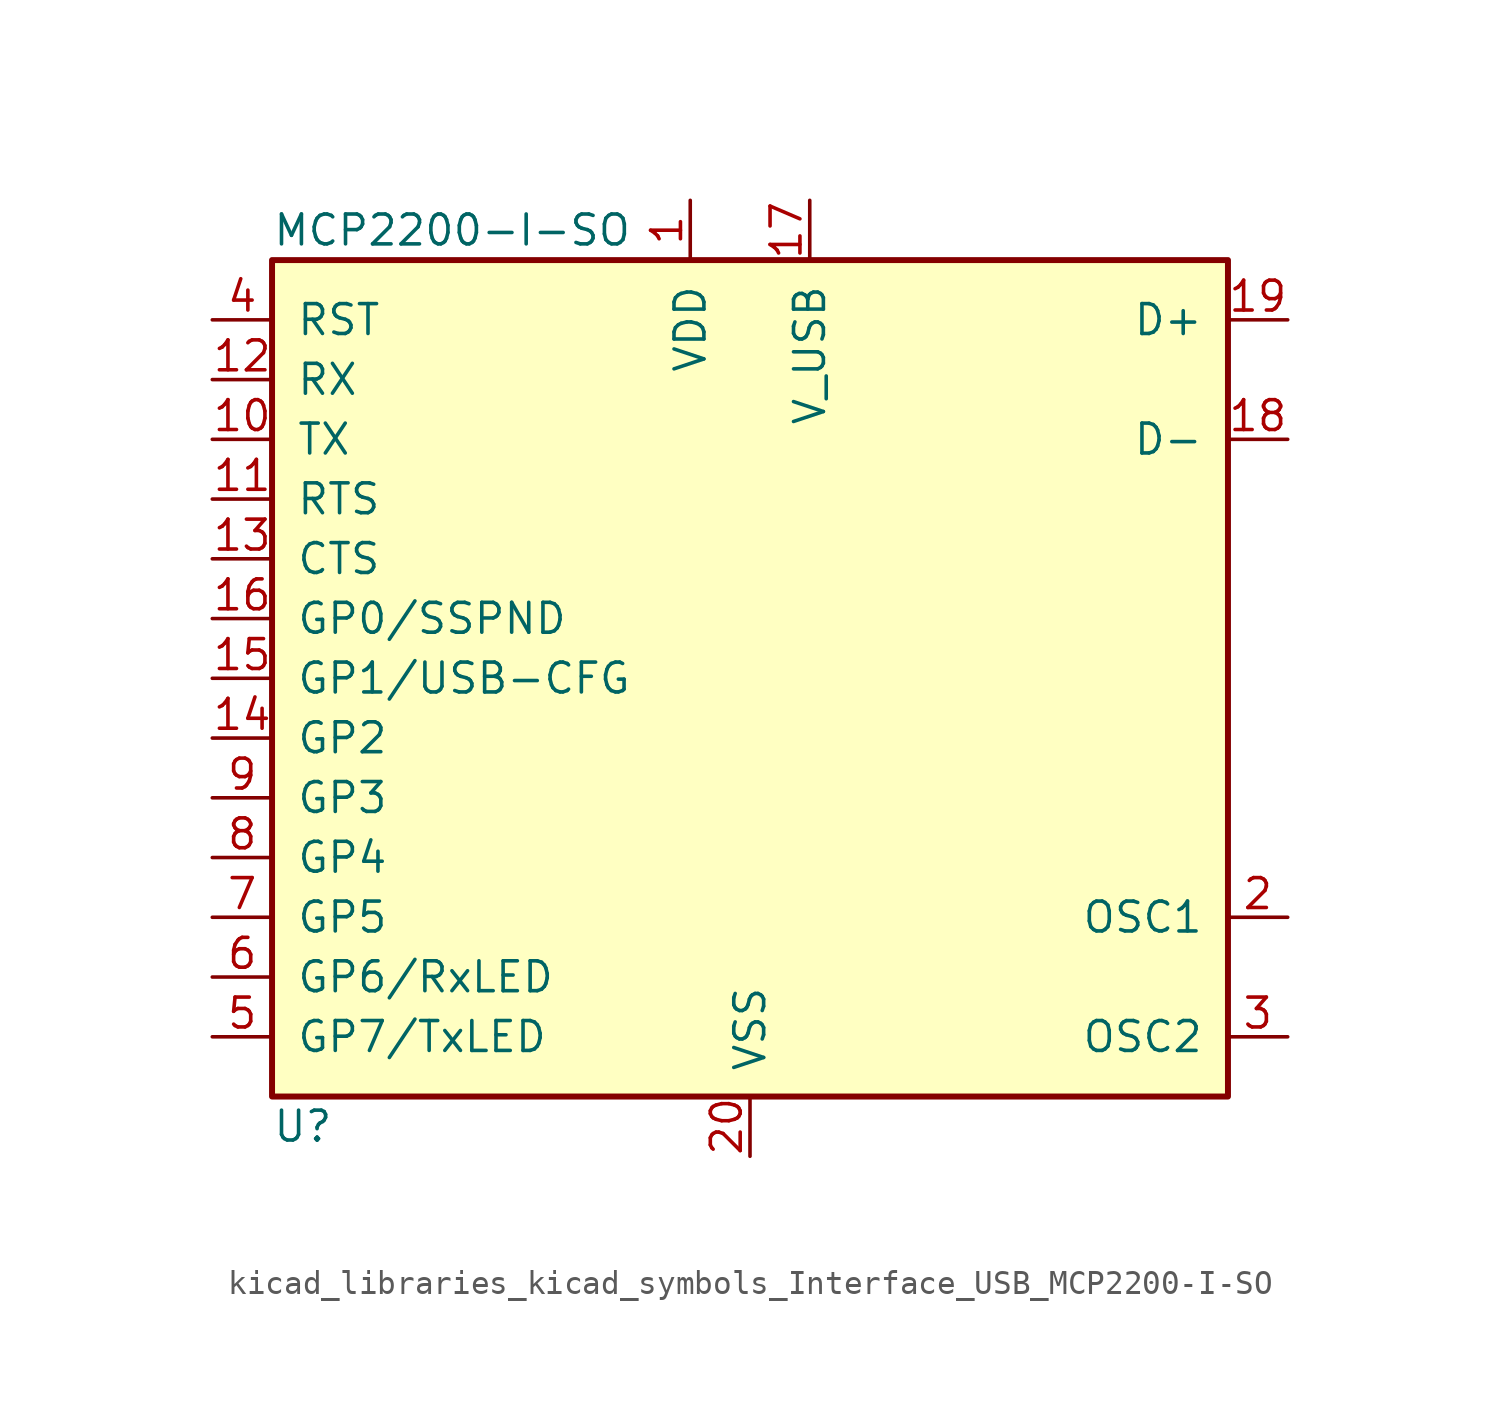
<source format=kicad_sym>
(kicad_symbol_lib
  (version 20220914)
  (generator kicad_symbol_editor)
  (symbol "kicad_libraries_kicad_symbols_Interface_USB_MCP2200-I-SO"
    (pin_names
      (offset 1.016))
    (property "Reference" "U"
      (at -20.32 -19.05 0)
      (effects (font (size 1.27 1.27)) (justify left)))
    (property "Value" "MCP2200-I-SO"
      (at -20.32 19.05 0)
      (effects (font (size 1.27 1.27)) (justify left)))
    (symbol "kicad_libraries_kicad_symbols_Interface_USB_MCP2200-I-SO_0_1"
      (rectangle (start -20.32 17.78) (end 20.32 -17.78) (stroke (width 0.254) (type default)) (fill (type background))))
    (symbol "kicad_libraries_kicad_symbols_Interface_USB_MCP2200-I-SO_1_1"
      (pin power_in line (at -2.54 20.32 270) (length 2.54) (name "VDD" (effects (font (size 1.27 1.27)))) (number "1" (effects (font (size 1.27 1.27)))))
      (pin output line (at -22.86 10.16 0) (length 2.54) (name "TX" (effects (font (size 1.27 1.27)))) (number "10" (effects (font (size 1.27 1.27)))))
      (pin output line (at -22.86 7.62 0) (length 2.54) (name "RTS" (effects (font (size 1.27 1.27)))) (number "11" (effects (font (size 1.27 1.27)))))
      (pin input line (at -22.86 12.7 0) (length 2.54) (name "RX" (effects (font (size 1.27 1.27)))) (number "12" (effects (font (size 1.27 1.27)))))
      (pin input line (at -22.86 5.08 0) (length 2.54) (name "CTS" (effects (font (size 1.27 1.27)))) (number "13" (effects (font (size 1.27 1.27)))))
      (pin bidirectional line (at -22.86 -2.54 0) (length 2.54) (name "GP2" (effects (font (size 1.27 1.27)))) (number "14" (effects (font (size 1.27 1.27)))))
      (pin bidirectional line (at -22.86 0 0) (length 2.54) (name "GP1/USB-CFG" (effects (font (size 1.27 1.27)))) (number "15" (effects (font (size 1.27 1.27)))))
      (pin bidirectional line (at -22.86 2.54 0) (length 2.54) (name "GP0/SSPND" (effects (font (size 1.27 1.27)))) (number "16" (effects (font (size 1.27 1.27)))))
      (pin power_in line (at 2.54 20.32 270) (length 2.54) (name "V_USB" (effects (font (size 1.27 1.27)))) (number "17" (effects (font (size 1.27 1.27)))))
      (pin bidirectional line (at 22.86 10.16 180) (length 2.54) (name "D-" (effects (font (size 1.27 1.27)))) (number "18" (effects (font (size 1.27 1.27)))))
      (pin bidirectional line (at 22.86 15.24 180) (length 2.54) (name "D+" (effects (font (size 1.27 1.27)))) (number "19" (effects (font (size 1.27 1.27)))))
      (pin input line (at 22.86 -10.16 180) (length 2.54) (name "OSC1" (effects (font (size 1.27 1.27)))) (number "2" (effects (font (size 1.27 1.27)))))
      (pin power_in line (at 0 -20.32 90) (length 2.54) (name "VSS" (effects (font (size 1.27 1.27)))) (number "20" (effects (font (size 1.27 1.27)))))
      (pin output line (at 22.86 -15.24 180) (length 2.54) (name "OSC2" (effects (font (size 1.27 1.27)))) (number "3" (effects (font (size 1.27 1.27)))))
      (pin input line (at -22.86 15.24 0) (length 2.54) (name "RST" (effects (font (size 1.27 1.27)))) (number "4" (effects (font (size 1.27 1.27)))))
      (pin bidirectional line (at -22.86 -15.24 0) (length 2.54) (name "GP7/TxLED" (effects (font (size 1.27 1.27)))) (number "5" (effects (font (size 1.27 1.27)))))
      (pin bidirectional line (at -22.86 -12.7 0) (length 2.54) (name "GP6/RxLED" (effects (font (size 1.27 1.27)))) (number "6" (effects (font (size 1.27 1.27)))))
      (pin bidirectional line (at -22.86 -10.16 0) (length 2.54) (name "GP5" (effects (font (size 1.27 1.27)))) (number "7" (effects (font (size 1.27 1.27)))))
      (pin bidirectional line (at -22.86 -7.62 0) (length 2.54) (name "GP4" (effects (font (size 1.27 1.27)))) (number "8" (effects (font (size 1.27 1.27)))))
      (pin bidirectional line (at -22.86 -5.08 0) (length 2.54) (name "GP3" (effects (font (size 1.27 1.27)))) (number "9" (effects (font (size 1.27 1.27))))))))
</source>
